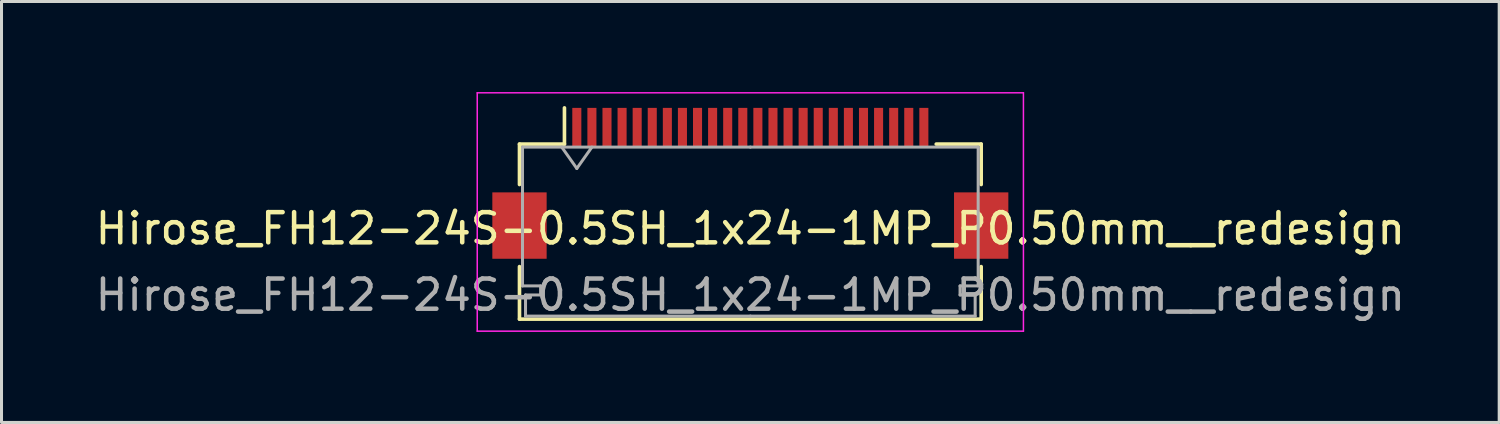
<source format=kicad_pcb>
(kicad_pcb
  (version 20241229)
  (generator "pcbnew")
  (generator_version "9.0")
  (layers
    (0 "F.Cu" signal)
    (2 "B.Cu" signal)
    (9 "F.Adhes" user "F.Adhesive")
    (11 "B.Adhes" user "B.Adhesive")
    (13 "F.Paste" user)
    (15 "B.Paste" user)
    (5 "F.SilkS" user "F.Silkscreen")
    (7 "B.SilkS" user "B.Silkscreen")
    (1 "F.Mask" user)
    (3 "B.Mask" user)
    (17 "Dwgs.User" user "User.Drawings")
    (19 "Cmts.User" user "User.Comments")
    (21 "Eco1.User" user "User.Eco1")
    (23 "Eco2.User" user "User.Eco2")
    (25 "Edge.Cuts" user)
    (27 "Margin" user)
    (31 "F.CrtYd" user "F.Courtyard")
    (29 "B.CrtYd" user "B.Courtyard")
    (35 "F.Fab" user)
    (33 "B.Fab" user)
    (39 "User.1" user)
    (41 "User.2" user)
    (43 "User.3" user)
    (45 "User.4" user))
  (footprint "Hirose_FH12-24S-0.5SH_1x24-1MP_P0.50mm__redesign"
    (layer "F.Cu")
    (at 21.815 3.025)
    (property "Reference" "Hirose_FH12-24S-0.5SH_1x24-1MP_P0.50mm__redesign" (at 0 1.5 0) (layer "F.SilkS") (effects (font (size 1 1) (thickness 0.15))))
    (attr smd)
    (fp_line (start -7.65 -1.3) (end -7.65 0.04) (stroke (width 0.12) (type solid)) (layer "F.SilkS"))
    (fp_line (start -7.65 2.76) (end -7.65 4.5) (stroke (width 0.12) (type solid)) (layer "F.SilkS"))
    (fp_line (start -7.65 4.5) (end 7.65 4.5) (stroke (width 0.12) (type solid)) (layer "F.SilkS"))
    (fp_line (start -6.16 -1.3) (end -7.65 -1.3) (stroke (width 0.12) (type solid)) (layer "F.SilkS"))
    (fp_line (start -6.16 -1.3) (end -6.16 -2.5) (stroke (width 0.12) (type solid)) (layer "F.SilkS"))
    (fp_line (start 6.16 -1.3) (end 7.65 -1.3) (stroke (width 0.12) (type solid)) (layer "F.SilkS"))
    (fp_line (start 7.65 -1.3) (end 7.65 0.04) (stroke (width 0.12) (type solid)) (layer "F.SilkS"))
    (fp_line (start 7.65 4.5) (end 7.65 2.76) (stroke (width 0.12) (type solid)) (layer "F.SilkS"))
    (fp_line (start -9.05 -3) (end -9.05 4.9) (stroke (width 0.05) (type solid)) (layer "F.CrtYd"))
    (fp_line (start -9.05 4.9) (end 9.05 4.9) (stroke (width 0.05) (type solid)) (layer "F.CrtYd"))
    (fp_line (start 9.05 -3) (end -9.05 -3) (stroke (width 0.05) (type solid)) (layer "F.CrtYd"))
    (fp_line (start 9.05 4.9) (end 9.05 -3) (stroke (width 0.05) (type solid)) (layer "F.CrtYd"))
    (fp_line (start -7.55 -1.2) (end -7.55 3.4) (stroke (width 0.1) (type solid)) (layer "F.Fab"))
    (fp_line (start -7.55 3.4) (end -6.95 3.4) (stroke (width 0.1) (type solid)) (layer "F.Fab"))
    (fp_line (start -7.45 3.7) (end -7.45 4.4) (stroke (width 0.1) (type solid)) (layer "F.Fab"))
    (fp_line (start -7.45 4.4) (end 0 4.4) (stroke (width 0.1) (type solid)) (layer "F.Fab"))
    (fp_line (start -6.95 3.4) (end -6.95 3.7) (stroke (width 0.1) (type solid)) (layer "F.Fab"))
    (fp_line (start -6.95 3.7) (end -7.45 3.7) (stroke (width 0.1) (type solid)) (layer "F.Fab"))
    (fp_line (start -6.25 -1.2) (end -5.75 -0.493) (stroke (width 0.1) (type solid)) (layer "F.Fab"))
    (fp_line (start -5.75 -0.493) (end -5.25 -1.2) (stroke (width 0.1) (type solid)) (layer "F.Fab"))
    (fp_line (start 0 -1.2) (end -7.55 -1.2) (stroke (width 0.1) (type solid)) (layer "F.Fab"))
    (fp_line (start 0 -1.2) (end 7.55 -1.2) (stroke (width 0.1) (type solid)) (layer "F.Fab"))
    (fp_line (start 6.95 3.4) (end 6.95 3.7) (stroke (width 0.1) (type solid)) (layer "F.Fab"))
    (fp_line (start 6.95 3.7) (end 7.45 3.7) (stroke (width 0.1) (type solid)) (layer "F.Fab"))
    (fp_line (start 7.45 3.7) (end 7.45 4.4) (stroke (width 0.1) (type solid)) (layer "F.Fab"))
    (fp_line (start 7.45 4.4) (end 0 4.4) (stroke (width 0.1) (type solid)) (layer "F.Fab"))
    (fp_line (start 7.55 -1.2) (end 7.55 3.4) (stroke (width 0.1) (type solid)) (layer "F.Fab"))
    (fp_line (start 7.55 3.4) (end 6.95 3.4) (stroke (width 0.1) (type solid)) (layer "F.Fab"))
    (fp_text user "${REFERENCE}" (at 0 3.7 0) (layer "F.Fab") (effects (font (size 1 1) (thickness 0.15))))
    (pad "1" smd rect (at 5.75 -1.85) (size 0.3 1.3) (layers "F.Cu" "F.Mask" "F.Paste"))
    (pad "2" smd rect (at 5.25 -1.85) (size 0.3 1.3) (layers "F.Cu" "F.Mask" "F.Paste"))
    (pad "3" smd rect (at 4.75 -1.85) (size 0.3 1.3) (layers "F.Cu" "F.Mask" "F.Paste"))
    (pad "4" smd rect (at 4.25 -1.85) (size 0.3 1.3) (layers "F.Cu" "F.Mask" "F.Paste"))
    (pad "5" smd rect (at 3.75 -1.85) (size 0.3 1.3) (layers "F.Cu" "F.Mask" "F.Paste"))
    (pad "6" smd rect (at 3.25 -1.85) (size 0.3 1.3) (layers "F.Cu" "F.Mask" "F.Paste"))
    (pad "7" smd rect (at 2.75 -1.85) (size 0.3 1.3) (layers "F.Cu" "F.Mask" "F.Paste"))
    (pad "8" smd rect (at 2.25 -1.85) (size 0.3 1.3) (layers "F.Cu" "F.Mask" "F.Paste"))
    (pad "9" smd rect (at 1.75 -1.85) (size 0.3 1.3) (layers "F.Cu" "F.Mask" "F.Paste"))
    (pad "10" smd rect (at 1.25 -1.85) (size 0.3 1.3) (layers "F.Cu" "F.Mask" "F.Paste"))
    (pad "11" smd rect (at 0.75 -1.85) (size 0.3 1.3) (layers "F.Cu" "F.Mask" "F.Paste"))
    (pad "12" smd rect (at 0.25 -1.85) (size 0.3 1.3) (layers "F.Cu" "F.Mask" "F.Paste"))
    (pad "13" smd rect (at -0.25 -1.85) (size 0.3 1.3) (layers "F.Cu" "F.Mask" "F.Paste"))
    (pad "14" smd rect (at -0.75 -1.85) (size 0.3 1.3) (layers "F.Cu" "F.Mask" "F.Paste"))
    (pad "15" smd rect (at -1.25 -1.85) (size 0.3 1.3) (layers "F.Cu" "F.Mask" "F.Paste"))
    (pad "16" smd rect (at -1.75 -1.85) (size 0.3 1.3) (layers "F.Cu" "F.Mask" "F.Paste"))
    (pad "17" smd rect (at -2.25 -1.85) (size 0.3 1.3) (layers "F.Cu" "F.Mask" "F.Paste"))
    (pad "18" smd rect (at -2.75 -1.85) (size 0.3 1.3) (layers "F.Cu" "F.Mask" "F.Paste"))
    (pad "19" smd rect (at -3.25 -1.85) (size 0.3 1.3) (layers "F.Cu" "F.Mask" "F.Paste"))
    (pad "20" smd rect (at -3.75 -1.85) (size 0.3 1.3) (layers "F.Cu" "F.Mask" "F.Paste"))
    (pad "21" smd rect (at -4.25 -1.85) (size 0.3 1.3) (layers "F.Cu" "F.Mask" "F.Paste"))
    (pad "22" smd rect (at -4.75 -1.85) (size 0.3 1.3) (layers "F.Cu" "F.Mask" "F.Paste"))
    (pad "23" smd rect (at -5.25 -1.85) (size 0.3 1.3) (layers "F.Cu" "F.Mask" "F.Paste"))
    (pad "24" smd rect (at -5.75 -1.85) (size 0.3 1.3) (layers "F.Cu" "F.Mask" "F.Paste"))
    (pad "MP" smd rect (at -7.65 1.4) (size 1.8 2.2) (layers "F.Cu" "F.Mask" "F.Paste"))
    (pad "MP" smd rect (at 7.65 1.4) (size 1.8 2.2) (layers "F.Cu" "F.Mask" "F.Paste")))
  (gr_rect
    (start -3 -3)
    (end 46.631 10.95)
    (stroke (width 0.1) (type default))
    (fill no)
    (layer "Edge.Cuts")))
</source>
